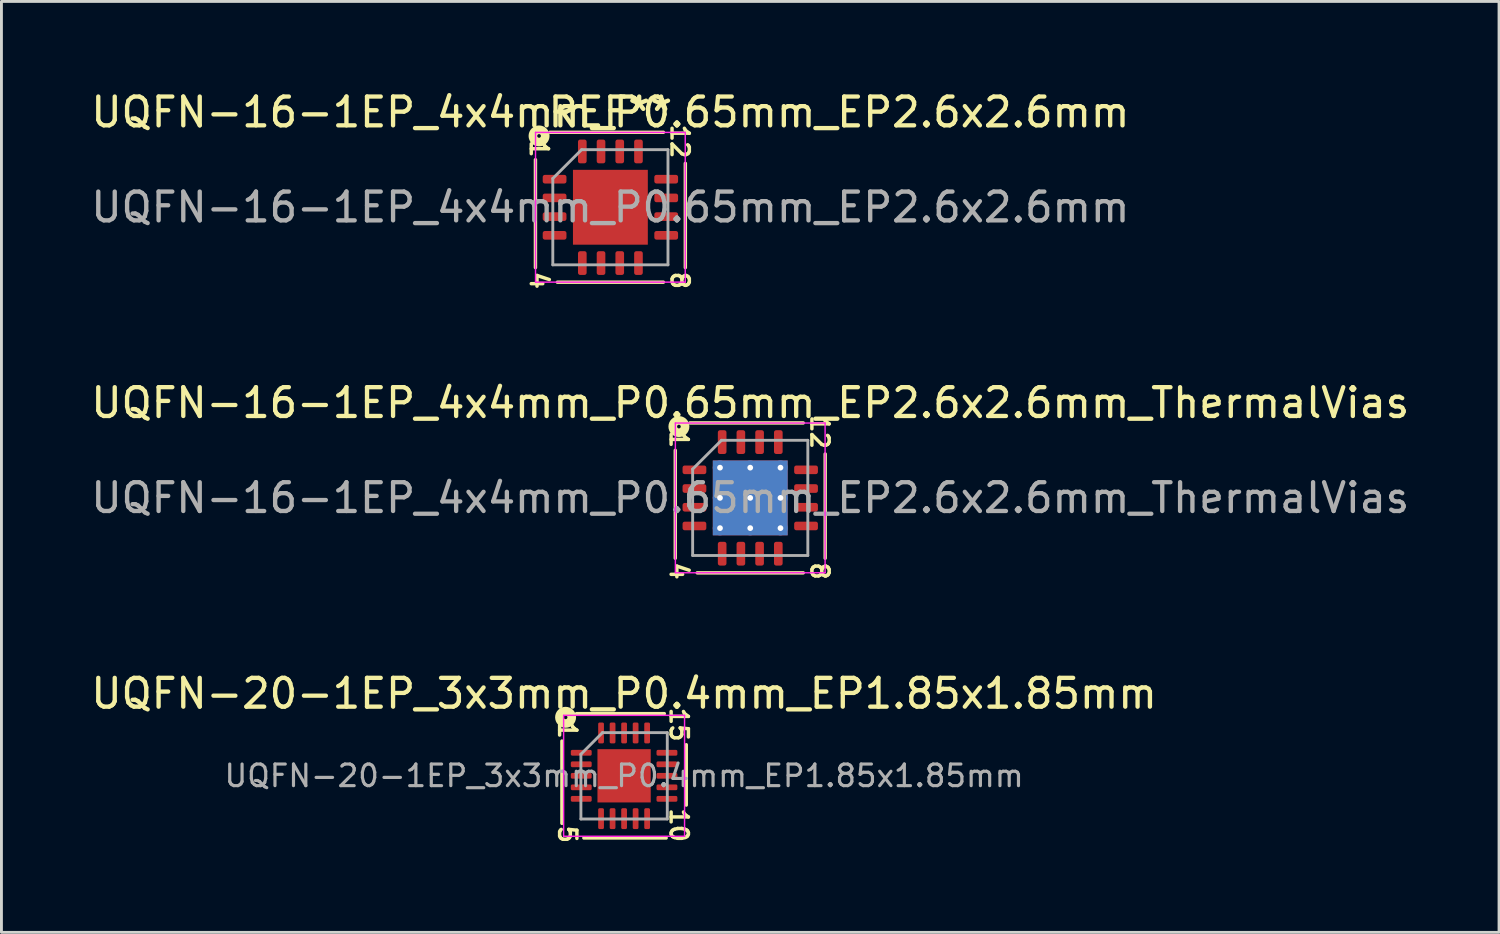
<source format=kicad_pcb>
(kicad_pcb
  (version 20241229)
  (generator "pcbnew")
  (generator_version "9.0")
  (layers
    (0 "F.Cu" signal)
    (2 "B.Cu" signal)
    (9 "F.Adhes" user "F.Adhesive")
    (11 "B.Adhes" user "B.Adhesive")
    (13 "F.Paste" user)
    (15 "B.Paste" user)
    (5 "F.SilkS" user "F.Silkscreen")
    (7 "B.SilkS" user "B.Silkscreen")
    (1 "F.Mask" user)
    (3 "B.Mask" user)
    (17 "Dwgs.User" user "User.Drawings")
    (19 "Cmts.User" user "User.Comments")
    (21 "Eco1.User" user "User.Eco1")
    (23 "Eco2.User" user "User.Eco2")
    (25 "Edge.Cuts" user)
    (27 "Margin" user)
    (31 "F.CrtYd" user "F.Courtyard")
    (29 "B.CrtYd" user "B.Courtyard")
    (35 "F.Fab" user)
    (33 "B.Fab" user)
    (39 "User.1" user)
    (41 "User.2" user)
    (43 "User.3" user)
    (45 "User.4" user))
  (footprint "UQFN-16-1EP_4x4mm_P0.65mm_EP2.6x2.6mm"
    (layer "F.Cu")
    (at 18.149 4.148)
    (property "Reference" "UQFN-16-1EP_4x4mm_P0.65mm_EP2.6x2.6mm" (at 0 -3.3 0) (layer "F.SilkS") (effects (font (size 1 1) (thickness 0.15))))
    (attr smd)
    (fp_line (start -2.603 -1.651) (end -2.603 2.095) (stroke (width 0.12) (type solid)) (layer "F.SilkS"))
    (fp_line (start -1.841 2.603) (end 1.841 2.603) (stroke (width 0.12) (type solid)) (layer "F.SilkS"))
    (fp_line (start 1.841 -2.603) (end -2.095 -2.603) (stroke (width 0.12) (type solid)) (layer "F.SilkS"))
    (fp_line (start 2.603 2.095) (end 2.603 -1.524) (stroke (width 0.12) (type solid)) (layer "F.SilkS"))
    (fp_circle (center -2.477 -2.477) (end -2.413 -2.477) (stroke (width 0.3) (type solid)) (fill no) (layer "F.SilkS"))
    (fp_line (start -2.6 -2.6) (end -2.6 2.6) (stroke (width 0.05) (type solid)) (layer "F.CrtYd"))
    (fp_line (start -2.6 2.6) (end 2.6 2.6) (stroke (width 0.05) (type solid)) (layer "F.CrtYd"))
    (fp_line (start 2.6 -2.6) (end -2.6 -2.6) (stroke (width 0.05) (type solid)) (layer "F.CrtYd"))
    (fp_line (start 2.6 2.6) (end 2.6 -2.6) (stroke (width 0.05) (type solid)) (layer "F.CrtYd"))
    (fp_line (start -2 -1) (end -1 -2) (stroke (width 0.1) (type solid)) (layer "F.Fab"))
    (fp_line (start -2 2) (end -2 -1) (stroke (width 0.1) (type solid)) (layer "F.Fab"))
    (fp_line (start -1 -2) (end 2 -2) (stroke (width 0.1) (type solid)) (layer "F.Fab"))
    (fp_line (start 2 -2) (end 2 2) (stroke (width 0.1) (type solid)) (layer "F.Fab"))
    (fp_line (start 2 2) (end -2 2) (stroke (width 0.1) (type solid)) (layer "F.Fab"))
    (fp_text user "12" (at 2.413 -2.286 270) (unlocked yes) (layer "F.SilkS") (effects (font (size 0.6 0.6) (thickness 0.12))))
    (fp_text user "4" (at -2.477 2.54 270) (unlocked yes) (layer "F.SilkS") (effects (font (size 0.6 0.6) (thickness 0.12))))
    (fp_text user "REF**" (at 0 -3.3 0) (layer "F.SilkS") (effects (font (size 1 1) (thickness 0.15))))
    (fp_text user "1" (at -2.477 -2.032 270) (unlocked yes) (layer "F.SilkS") (effects (font (size 0.6 0.6) (thickness 0.12))))
    (fp_text user "8" (at 2.413 2.54 270) (unlocked yes) (layer "F.SilkS") (effects (font (size 0.6 0.6) (thickness 0.12))))
    (fp_text user "${REFERENCE}" (at 0 0 0) (layer "F.Fab") (effects (font (size 1 1) (thickness 0.15))))
    (pad "" smd roundrect (at -0.65 -0.65) (size 1.05 1.05) (layers "F.Paste") (roundrect_rratio 0.238))
    (pad "" smd roundrect (at -0.65 0.65) (size 1.05 1.05) (layers "F.Paste") (roundrect_rratio 0.238))
    (pad "" smd roundrect (at 0.65 -0.65) (size 1.05 1.05) (layers "F.Paste") (roundrect_rratio 0.238))
    (pad "" smd roundrect (at 0.65 0.65) (size 1.05 1.05) (layers "F.Paste") (roundrect_rratio 0.238))
    (pad "1" smd roundrect (at -1.938 -0.975) (size 0.825 0.3) (layers "F.Cu" "F.Mask" "F.Paste") (roundrect_rratio 0.25))
    (pad "2" smd roundrect (at -1.938 -0.325) (size 0.825 0.3) (layers "F.Cu" "F.Mask" "F.Paste") (roundrect_rratio 0.25))
    (pad "3" smd roundrect (at -1.938 0.325) (size 0.825 0.3) (layers "F.Cu" "F.Mask" "F.Paste") (roundrect_rratio 0.25))
    (pad "4" smd roundrect (at -1.938 0.975) (size 0.825 0.3) (layers "F.Cu" "F.Mask" "F.Paste") (roundrect_rratio 0.25))
    (pad "5" smd roundrect (at -0.975 1.938) (size 0.3 0.825) (layers "F.Cu" "F.Mask" "F.Paste") (roundrect_rratio 0.25))
    (pad "6" smd roundrect (at -0.325 1.938) (size 0.3 0.825) (layers "F.Cu" "F.Mask" "F.Paste") (roundrect_rratio 0.25))
    (pad "7" smd roundrect (at 0.325 1.938) (size 0.3 0.825) (layers "F.Cu" "F.Mask" "F.Paste") (roundrect_rratio 0.25))
    (pad "8" smd roundrect (at 0.975 1.938) (size 0.3 0.825) (layers "F.Cu" "F.Mask" "F.Paste") (roundrect_rratio 0.25))
    (pad "9" smd roundrect (at 1.938 0.975) (size 0.825 0.3) (layers "F.Cu" "F.Mask" "F.Paste") (roundrect_rratio 0.25))
    (pad "10" smd roundrect (at 1.938 0.325) (size 0.825 0.3) (layers "F.Cu" "F.Mask" "F.Paste") (roundrect_rratio 0.25))
    (pad "11" smd roundrect (at 1.938 -0.325) (size 0.825 0.3) (layers "F.Cu" "F.Mask" "F.Paste") (roundrect_rratio 0.25))
    (pad "12" smd roundrect (at 1.938 -0.975) (size 0.825 0.3) (layers "F.Cu" "F.Mask" "F.Paste") (roundrect_rratio 0.25))
    (pad "13" smd roundrect (at 0.975 -1.938) (size 0.3 0.825) (layers "F.Cu" "F.Mask" "F.Paste") (roundrect_rratio 0.25))
    (pad "14" smd roundrect (at 0.325 -1.938) (size 0.3 0.825) (layers "F.Cu" "F.Mask" "F.Paste") (roundrect_rratio 0.25))
    (pad "15" smd roundrect (at -0.325 -1.938) (size 0.3 0.825) (layers "F.Cu" "F.Mask" "F.Paste") (roundrect_rratio 0.25))
    (pad "16" smd roundrect (at -0.975 -1.938) (size 0.3 0.825) (layers "F.Cu" "F.Mask" "F.Paste") (roundrect_rratio 0.25))
    (pad "17" smd rect (at 0 0) (size 2.6 2.6) (layers "F.Cu" "F.Mask")))
  (footprint "UQFN-20-1EP_3x3mm_P0.4mm_EP1.85x1.85mm"
    (layer "F.Cu")
    (at 18.625 23.894)
    (property "Reference" "UQFN-20-1EP_3x3mm_P0.4mm_EP1.85x1.85mm" (at 0 -2.857 0) (layer "F.SilkS") (effects (font (size 1 1) (thickness 0.15))))
    (attr smd)
    (fp_line (start -2.159 -1.206) (end -2.159 1.651) (stroke (width 0.12) (type solid)) (layer "F.SilkS"))
    (fp_line (start -1.397 2.159) (end 1.46 2.159) (stroke (width 0.12) (type solid)) (layer "F.SilkS"))
    (fp_line (start 1.397 -2.159) (end -1.651 -2.159) (stroke (width 0.12) (type solid)) (layer "F.SilkS"))
    (fp_line (start 2.159 1.016) (end 2.159 -1.079) (stroke (width 0.12) (type solid)) (layer "F.SilkS"))
    (fp_circle (center -2.032 -2.032) (end -1.968 -2.032) (stroke (width 0.3) (type solid)) (fill no) (layer "F.SilkS"))
    (fp_line (start -2.1 -2.1) (end -2.1 2.1) (stroke (width 0.05) (type solid)) (layer "F.CrtYd"))
    (fp_line (start -2.1 2.1) (end 2.1 2.1) (stroke (width 0.05) (type solid)) (layer "F.CrtYd"))
    (fp_line (start 2.1 -2.1) (end -2.1 -2.1) (stroke (width 0.05) (type solid)) (layer "F.CrtYd"))
    (fp_line (start 2.1 2.1) (end 2.1 -2.1) (stroke (width 0.05) (type solid)) (layer "F.CrtYd"))
    (fp_line (start -1.5 -0.75) (end -0.75 -1.5) (stroke (width 0.1) (type solid)) (layer "F.Fab"))
    (fp_line (start -1.5 1.5) (end -1.5 -0.75) (stroke (width 0.1) (type solid)) (layer "F.Fab"))
    (fp_line (start -0.75 -1.5) (end 1.5 -1.5) (stroke (width 0.1) (type solid)) (layer "F.Fab"))
    (fp_line (start 1.5 -1.5) (end 1.5 1.5) (stroke (width 0.1) (type solid)) (layer "F.Fab"))
    (fp_line (start 1.5 1.5) (end -1.5 1.5) (stroke (width 0.1) (type solid)) (layer "F.Fab"))
    (fp_text user "1" (at -1.968 -1.587 270) (unlocked yes) (layer "F.SilkS") (effects (font (size 0.6 0.6) (thickness 0.12))))
    (fp_text user "10" (at 1.905 1.714 270) (unlocked yes) (layer "F.SilkS") (effects (font (size 0.6 0.6) (thickness 0.12))))
    (fp_text user "5" (at -1.968 2.032 270) (unlocked yes) (layer "F.SilkS") (effects (font (size 0.6 0.6) (thickness 0.12))))
    (fp_text user "15" (at 1.905 -1.778 270) (unlocked yes) (layer "F.SilkS") (effects (font (size 0.6 0.6) (thickness 0.12))))
    (fp_text user "${REFERENCE}" (at 0 0 0) (layer "F.Fab") (effects (font (size 0.75 0.75) (thickness 0.11))))
    (pad "" smd roundrect (at -0.46 -0.46) (size 0.75 0.75) (layers "F.Paste") (roundrect_rratio 0.25))
    (pad "" smd roundrect (at -0.46 0.46) (size 0.75 0.75) (layers "F.Paste") (roundrect_rratio 0.25))
    (pad "" smd roundrect (at 0.46 -0.46) (size 0.75 0.75) (layers "F.Paste") (roundrect_rratio 0.25))
    (pad "" smd roundrect (at 0.46 0.46) (size 0.75 0.75) (layers "F.Paste") (roundrect_rratio 0.25))
    (pad "1" smd roundrect (at -1.488 -0.8) (size 0.725 0.2) (layers "F.Cu" "F.Mask" "F.Paste") (roundrect_rratio 0.25))
    (pad "2" smd roundrect (at -1.488 -0.4) (size 0.725 0.2) (layers "F.Cu" "F.Mask" "F.Paste") (roundrect_rratio 0.25))
    (pad "3" smd roundrect (at -1.488 0) (size 0.725 0.2) (layers "F.Cu" "F.Mask" "F.Paste") (roundrect_rratio 0.25))
    (pad "4" smd roundrect (at -1.488 0.4) (size 0.725 0.2) (layers "F.Cu" "F.Mask" "F.Paste") (roundrect_rratio 0.25))
    (pad "5" smd roundrect (at -1.488 0.8) (size 0.725 0.2) (layers "F.Cu" "F.Mask" "F.Paste") (roundrect_rratio 0.25))
    (pad "6" smd roundrect (at -0.8 1.488) (size 0.2 0.725) (layers "F.Cu" "F.Mask" "F.Paste") (roundrect_rratio 0.25))
    (pad "7" smd roundrect (at -0.4 1.488) (size 0.2 0.725) (layers "F.Cu" "F.Mask" "F.Paste") (roundrect_rratio 0.25))
    (pad "8" smd roundrect (at 0 1.488) (size 0.2 0.725) (layers "F.Cu" "F.Mask" "F.Paste") (roundrect_rratio 0.25))
    (pad "9" smd roundrect (at 0.4 1.488) (size 0.2 0.725) (layers "F.Cu" "F.Mask" "F.Paste") (roundrect_rratio 0.25))
    (pad "10" smd roundrect (at 0.8 1.488) (size 0.2 0.725) (layers "F.Cu" "F.Mask" "F.Paste") (roundrect_rratio 0.25))
    (pad "11" smd roundrect (at 1.488 0.8) (size 0.725 0.2) (layers "F.Cu" "F.Mask" "F.Paste") (roundrect_rratio 0.25))
    (pad "12" smd roundrect (at 1.488 0.4) (size 0.725 0.2) (layers "F.Cu" "F.Mask" "F.Paste") (roundrect_rratio 0.25))
    (pad "13" smd roundrect (at 1.488 0) (size 0.725 0.2) (layers "F.Cu" "F.Mask" "F.Paste") (roundrect_rratio 0.25))
    (pad "14" smd roundrect (at 1.488 -0.4) (size 0.725 0.2) (layers "F.Cu" "F.Mask" "F.Paste") (roundrect_rratio 0.25))
    (pad "15" smd roundrect (at 1.488 -0.8) (size 0.725 0.2) (layers "F.Cu" "F.Mask" "F.Paste") (roundrect_rratio 0.25))
    (pad "16" smd roundrect (at 0.8 -1.488) (size 0.2 0.725) (layers "F.Cu" "F.Mask" "F.Paste") (roundrect_rratio 0.25))
    (pad "17" smd roundrect (at 0.4 -1.488) (size 0.2 0.725) (layers "F.Cu" "F.Mask" "F.Paste") (roundrect_rratio 0.25))
    (pad "18" smd roundrect (at 0 -1.488) (size 0.2 0.725) (layers "F.Cu" "F.Mask" "F.Paste") (roundrect_rratio 0.25))
    (pad "19" smd roundrect (at -0.4 -1.488) (size 0.2 0.725) (layers "F.Cu" "F.Mask" "F.Paste") (roundrect_rratio 0.25))
    (pad "20" smd roundrect (at -0.8 -1.488) (size 0.2 0.725) (layers "F.Cu" "F.Mask" "F.Paste") (roundrect_rratio 0.25))
    (pad "21" smd rect (at 0 0) (size 1.85 1.85) (layers "F.Cu" "F.Mask")))
  (footprint "UQFN-16-1EP_4x4mm_P0.65mm_EP2.6x2.6mm_ThermalVias"
    (layer "F.Cu")
    (at 23.006 14.242)
    (property "Reference" "UQFN-16-1EP_4x4mm_P0.65mm_EP2.6x2.6mm_ThermalVias" (at 0 -3.3 0) (layer "F.SilkS") (effects (font (size 1 1) (thickness 0.15))))
    (attr smd)
    (fp_line (start -2.603 -1.651) (end -2.603 2.095) (stroke (width 0.12) (type solid)) (layer "F.SilkS"))
    (fp_line (start -1.841 2.603) (end 1.841 2.603) (stroke (width 0.12) (type solid)) (layer "F.SilkS"))
    (fp_line (start 1.841 -2.603) (end -2.095 -2.603) (stroke (width 0.12) (type solid)) (layer "F.SilkS"))
    (fp_line (start 2.603 2.095) (end 2.603 -1.524) (stroke (width 0.12) (type solid)) (layer "F.SilkS"))
    (fp_circle (center -2.477 -2.477) (end -2.413 -2.477) (stroke (width 0.3) (type solid)) (fill no) (layer "F.SilkS"))
    (fp_line (start -2.6 -2.6) (end -2.6 2.6) (stroke (width 0.05) (type solid)) (layer "F.CrtYd"))
    (fp_line (start -2.6 2.6) (end 2.6 2.6) (stroke (width 0.05) (type solid)) (layer "F.CrtYd"))
    (fp_line (start 2.6 -2.6) (end -2.6 -2.6) (stroke (width 0.05) (type solid)) (layer "F.CrtYd"))
    (fp_line (start 2.6 2.6) (end 2.6 -2.6) (stroke (width 0.05) (type solid)) (layer "F.CrtYd"))
    (fp_line (start -2 -1) (end -1 -2) (stroke (width 0.1) (type solid)) (layer "F.Fab"))
    (fp_line (start -2 2) (end -2 -1) (stroke (width 0.1) (type solid)) (layer "F.Fab"))
    (fp_line (start -1 -2) (end 2 -2) (stroke (width 0.1) (type solid)) (layer "F.Fab"))
    (fp_line (start 2 -2) (end 2 2) (stroke (width 0.1) (type solid)) (layer "F.Fab"))
    (fp_line (start 2 2) (end -2 2) (stroke (width 0.1) (type solid)) (layer "F.Fab"))
    (fp_text user "1" (at -2.477 -2.032 270) (unlocked yes) (layer "F.SilkS") (effects (font (size 0.6 0.6) (thickness 0.12))))
    (fp_text user "8" (at 2.413 2.54 270) (unlocked yes) (layer "F.SilkS") (effects (font (size 0.6 0.6) (thickness 0.12))))
    (fp_text user "4" (at -2.477 2.54 270) (unlocked yes) (layer "F.SilkS") (effects (font (size 0.6 0.6) (thickness 0.12))))
    (fp_text user "12" (at 2.413 -2.286 270) (unlocked yes) (layer "F.SilkS") (effects (font (size 0.6 0.6) (thickness 0.12))))
    (fp_text user "${REFERENCE}" (at 0 0 0) (layer "F.Fab") (effects (font (size 1 1) (thickness 0.15))))
    (pad "" smd roundrect (at -0.65 -0.65) (size 1.13 1.13) (layers "F.Paste") (roundrect_rratio 0.221))
    (pad "" smd roundrect (at -0.65 0.65) (size 1.13 1.13) (layers "F.Paste") (roundrect_rratio 0.221))
    (pad "" smd roundrect (at 0.65 -0.65) (size 1.13 1.13) (layers "F.Paste") (roundrect_rratio 0.221))
    (pad "" smd roundrect (at 0.65 0.65) (size 1.13 1.13) (layers "F.Paste") (roundrect_rratio 0.221))
    (pad "1" smd roundrect (at -1.938 -0.975) (size 0.825 0.3) (layers "F.Cu" "F.Mask" "F.Paste") (roundrect_rratio 0.25))
    (pad "2" smd roundrect (at -1.938 -0.325) (size 0.825 0.3) (layers "F.Cu" "F.Mask" "F.Paste") (roundrect_rratio 0.25))
    (pad "3" smd roundrect (at -1.938 0.325) (size 0.825 0.3) (layers "F.Cu" "F.Mask" "F.Paste") (roundrect_rratio 0.25))
    (pad "4" smd roundrect (at -1.938 0.975) (size 0.825 0.3) (layers "F.Cu" "F.Mask" "F.Paste") (roundrect_rratio 0.25))
    (pad "5" smd roundrect (at -0.975 1.938) (size 0.3 0.825) (layers "F.Cu" "F.Mask" "F.Paste") (roundrect_rratio 0.25))
    (pad "6" smd roundrect (at -0.325 1.938) (size 0.3 0.825) (layers "F.Cu" "F.Mask" "F.Paste") (roundrect_rratio 0.25))
    (pad "7" smd roundrect (at 0.325 1.938) (size 0.3 0.825) (layers "F.Cu" "F.Mask" "F.Paste") (roundrect_rratio 0.25))
    (pad "8" smd roundrect (at 0.975 1.938) (size 0.3 0.825) (layers "F.Cu" "F.Mask" "F.Paste") (roundrect_rratio 0.25))
    (pad "9" smd roundrect (at 1.938 0.975) (size 0.825 0.3) (layers "F.Cu" "F.Mask" "F.Paste") (roundrect_rratio 0.25))
    (pad "10" smd roundrect (at 1.938 0.325) (size 0.825 0.3) (layers "F.Cu" "F.Mask" "F.Paste") (roundrect_rratio 0.25))
    (pad "11" smd roundrect (at 1.938 -0.325) (size 0.825 0.3) (layers "F.Cu" "F.Mask" "F.Paste") (roundrect_rratio 0.25))
    (pad "12" smd roundrect (at 1.938 -0.975) (size 0.825 0.3) (layers "F.Cu" "F.Mask" "F.Paste") (roundrect_rratio 0.25))
    (pad "13" smd roundrect (at 0.975 -1.938) (size 0.3 0.825) (layers "F.Cu" "F.Mask" "F.Paste") (roundrect_rratio 0.25))
    (pad "14" smd roundrect (at 0.325 -1.938) (size 0.3 0.825) (layers "F.Cu" "F.Mask" "F.Paste") (roundrect_rratio 0.25))
    (pad "15" smd roundrect (at -0.325 -1.938) (size 0.3 0.825) (layers "F.Cu" "F.Mask" "F.Paste") (roundrect_rratio 0.25))
    (pad "16" smd roundrect (at -0.975 -1.938) (size 0.3 0.825) (layers "F.Cu" "F.Mask" "F.Paste") (roundrect_rratio 0.25))
    (pad "17" thru_hole circle (at -1.05 -1.05) (size 0.5 0.5) (drill 0.2) (layers "*.Cu"))
    (pad "17" thru_hole circle (at -1.05 0) (size 0.5 0.5) (drill 0.2) (layers "*.Cu"))
    (pad "17" thru_hole circle (at -1.05 1.05) (size 0.5 0.5) (drill 0.2) (layers "*.Cu"))
    (pad "17" thru_hole circle (at 0 -1.05) (size 0.5 0.5) (drill 0.2) (layers "*.Cu"))
    (pad "17" thru_hole circle (at 0 0) (size 0.5 0.5) (drill 0.2) (layers "*.Cu"))
    (pad "17" smd rect (at 0 0) (size 2.6 2.6) (layers "F.Cu" "F.Mask"))
    (pad "17" smd rect (at 0 0) (size 2.6 2.6) (layers "B.Cu" "B.Mask"))
    (pad "17" thru_hole circle (at 0 1.05) (size 0.5 0.5) (drill 0.2) (layers "*.Cu"))
    (pad "17" thru_hole circle (at 1.05 -1.05) (size 0.5 0.5) (drill 0.2) (layers "*.Cu"))
    (pad "17" thru_hole circle (at 1.05 0) (size 0.5 0.5) (drill 0.2) (layers "*.Cu"))
    (pad "17" thru_hole circle (at 1.05 1.05) (size 0.5 0.5) (drill 0.2) (layers "*.Cu")))
  (gr_rect
    (start -3 -3)
    (end 49.012 29.331)
    (stroke (width 0.1) (type default))
    (fill no)
    (layer "Edge.Cuts")))
</source>
